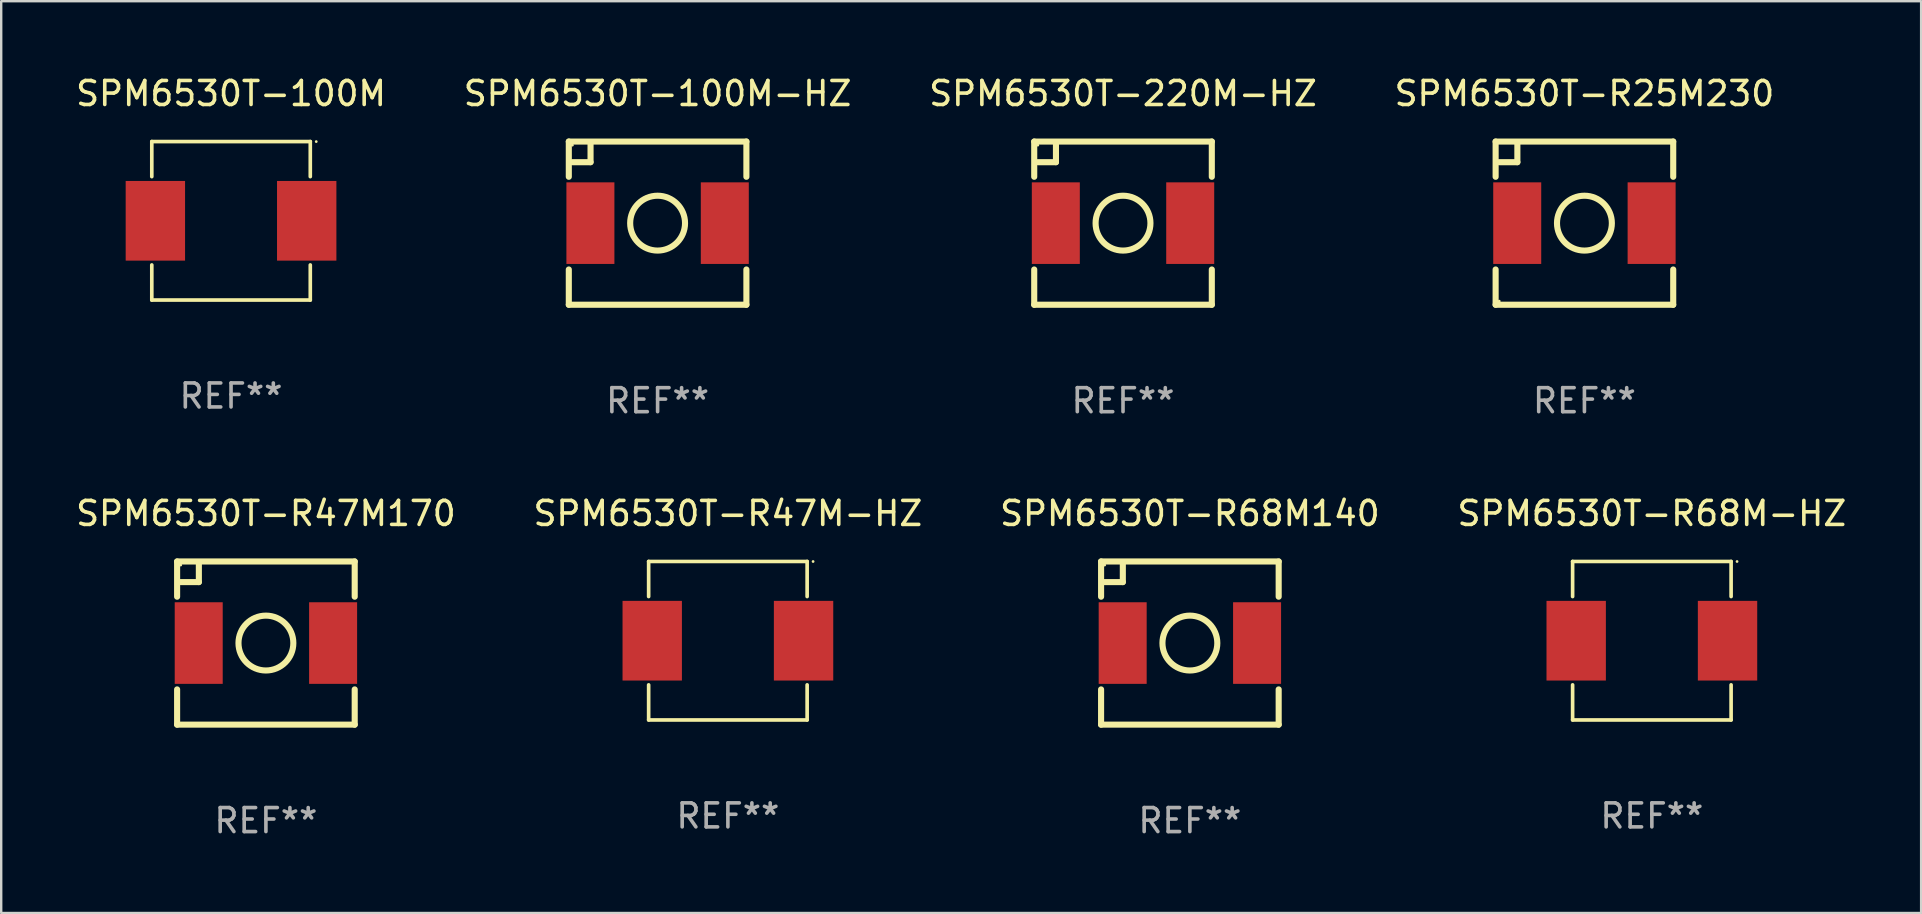
<source format=kicad_pcb>
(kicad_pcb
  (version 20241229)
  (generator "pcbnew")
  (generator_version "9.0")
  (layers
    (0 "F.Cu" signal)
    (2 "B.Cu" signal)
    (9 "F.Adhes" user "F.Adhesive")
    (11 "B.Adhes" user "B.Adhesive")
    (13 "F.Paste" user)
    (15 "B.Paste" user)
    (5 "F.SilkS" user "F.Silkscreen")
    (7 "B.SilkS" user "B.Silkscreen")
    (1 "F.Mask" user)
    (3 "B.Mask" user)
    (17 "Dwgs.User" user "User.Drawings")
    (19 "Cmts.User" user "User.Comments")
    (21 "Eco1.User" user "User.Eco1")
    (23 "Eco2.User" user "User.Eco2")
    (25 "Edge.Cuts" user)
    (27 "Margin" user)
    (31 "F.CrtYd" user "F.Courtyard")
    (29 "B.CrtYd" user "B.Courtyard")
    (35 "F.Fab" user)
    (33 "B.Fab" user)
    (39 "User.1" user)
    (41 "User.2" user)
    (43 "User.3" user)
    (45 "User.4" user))
  (footprint "SPM6530T-220M-HZ"
    (layer "F.Cu")
    (at 43.744 6.248)
    (property "Reference" "SPM6530T-220M-HZ" (at 0 -5.4 0) (layer "F.SilkS") (effects (font (size 1 1) (thickness 0.15))))
    (attr through_hole)
    (fp_line (start -3.7 -3.4) (end 3.7 -3.4) (stroke (width 0.254) (type solid)) (layer "F.SilkS"))
    (fp_line (start -3.7 -1.931) (end -3.7 -3.4) (stroke (width 0.254) (type solid)) (layer "F.SilkS"))
    (fp_line (start -3.7 3.4) (end -3.7 1.931) (stroke (width 0.254) (type solid)) (layer "F.SilkS"))
    (fp_line (start -2.794 -3.302) (end -2.794 -2.54) (stroke (width 0.254) (type solid)) (layer "F.SilkS"))
    (fp_line (start -2.794 -2.54) (end -3.556 -2.54) (stroke (width 0.254) (type solid)) (layer "F.SilkS"))
    (fp_line (start 3.7 -3.4) (end 3.7 -1.931) (stroke (width 0.254) (type solid)) (layer "F.SilkS"))
    (fp_line (start 3.7 1.931) (end 3.7 3.4) (stroke (width 0.254) (type solid)) (layer "F.SilkS"))
    (fp_line (start 3.7 3.4) (end -3.7 3.4) (stroke (width 0.254) (type solid)) (layer "F.SilkS"))
    (fp_circle (center -3.55 -3.25) (end -3.52 -3.25) (stroke (width 0.06) (type solid)) (fill no) (layer "F.SilkS"))
    (fp_circle (center 0 0) (end 1.143 0) (stroke (width 0.254) (type solid)) (fill no) (layer "F.SilkS"))
    (fp_text user "REF**" (at 0 7.4 0) (layer "F.Fab") (effects (font (size 1 1) (thickness 0.15))))
    (pad "1" smd rect (at -2.8 0) (size 2 3.4) (layers "F.Cu" "F.Mask" "F.Paste"))
    (pad "2" smd rect (at 2.8 0) (size 2 3.4) (layers "F.Cu" "F.Mask" "F.Paste")))
  (footprint "SPM6530T-100M"
    (layer "F.Cu")
    (at 6.577 6.15)
    (property "Reference" "SPM6530T-100M" (at 0 -5.302 0) (layer "F.SilkS") (effects (font (size 1 1) (thickness 0.15))))
    (attr through_hole)
    (fp_line (start -3.302 -3.302) (end -3.302 -1.84) (stroke (width 0.152) (type solid)) (layer "F.SilkS"))
    (fp_line (start -3.302 1.84) (end -3.302 3.302) (stroke (width 0.152) (type solid)) (layer "F.SilkS"))
    (fp_line (start -3.302 3.302) (end 3.302 3.302) (stroke (width 0.152) (type solid)) (layer "F.SilkS"))
    (fp_line (start 3.302 -3.302) (end -3.302 -3.302) (stroke (width 0.152) (type solid)) (layer "F.SilkS"))
    (fp_line (start 3.302 -1.84) (end 3.302 -3.302) (stroke (width 0.152) (type solid)) (layer "F.SilkS"))
    (fp_line (start 3.302 3.302) (end 3.302 1.84) (stroke (width 0.152) (type solid)) (layer "F.SilkS"))
    (fp_circle (center 3.55 -3.3) (end 3.58 -3.3) (stroke (width 0.06) (type solid)) (fill no) (layer "F.SilkS"))
    (fp_text user "REF**" (at 0 7.302 0) (layer "F.Fab") (effects (font (size 1 1) (thickness 0.15))))
    (pad "1" smd rect (at 3.153 0) (size 2.474 3.32) (layers "F.Cu" "F.Mask" "F.Paste"))
    (pad "2" smd rect (at -3.153 0) (size 2.474 3.32) (layers "F.Cu" "F.Mask" "F.Paste")))
  (footprint "SPM6530T-100M-HZ"
    (layer "F.Cu")
    (at 24.351 6.248)
    (property "Reference" "SPM6530T-100M-HZ" (at 0 -5.4 0) (layer "F.SilkS") (effects (font (size 1 1) (thickness 0.15))))
    (attr through_hole)
    (fp_line (start -3.7 -3.4) (end 3.7 -3.4) (stroke (width 0.254) (type solid)) (layer "F.SilkS"))
    (fp_line (start -3.7 -1.931) (end -3.7 -3.4) (stroke (width 0.254) (type solid)) (layer "F.SilkS"))
    (fp_line (start -3.7 3.4) (end -3.7 1.931) (stroke (width 0.254) (type solid)) (layer "F.SilkS"))
    (fp_line (start -2.794 -3.302) (end -2.794 -2.54) (stroke (width 0.254) (type solid)) (layer "F.SilkS"))
    (fp_line (start -2.794 -2.54) (end -3.556 -2.54) (stroke (width 0.254) (type solid)) (layer "F.SilkS"))
    (fp_line (start 3.7 -3.4) (end 3.7 -1.931) (stroke (width 0.254) (type solid)) (layer "F.SilkS"))
    (fp_line (start 3.7 1.931) (end 3.7 3.4) (stroke (width 0.254) (type solid)) (layer "F.SilkS"))
    (fp_line (start 3.7 3.4) (end -3.7 3.4) (stroke (width 0.254) (type solid)) (layer "F.SilkS"))
    (fp_circle (center -3.55 -3.25) (end -3.52 -3.25) (stroke (width 0.06) (type solid)) (fill no) (layer "F.SilkS"))
    (fp_circle (center 0 0) (end 1.143 0) (stroke (width 0.254) (type solid)) (fill no) (layer "F.SilkS"))
    (fp_text user "REF**" (at 0 7.4 0) (layer "F.Fab") (effects (font (size 1 1) (thickness 0.15))))
    (pad "1" smd rect (at -2.8 0) (size 2 3.4) (layers "F.Cu" "F.Mask" "F.Paste"))
    (pad "2" smd rect (at 2.8 0) (size 2 3.4) (layers "F.Cu" "F.Mask" "F.Paste")))
  (footprint "SPM6530T-R68M140"
    (layer "F.Cu")
    (at 46.53 23.745)
    (property "Reference" "SPM6530T-R68M140" (at 0 -5.4 0) (layer "F.SilkS") (effects (font (size 1 1) (thickness 0.15))))
    (attr through_hole)
    (fp_line (start -3.7 -3.4) (end 3.7 -3.4) (stroke (width 0.254) (type solid)) (layer "F.SilkS"))
    (fp_line (start -3.7 -1.931) (end -3.7 -3.4) (stroke (width 0.254) (type solid)) (layer "F.SilkS"))
    (fp_line (start -3.7 3.4) (end -3.7 1.931) (stroke (width 0.254) (type solid)) (layer "F.SilkS"))
    (fp_line (start -2.794 -3.302) (end -2.794 -2.54) (stroke (width 0.254) (type solid)) (layer "F.SilkS"))
    (fp_line (start -2.794 -2.54) (end -3.556 -2.54) (stroke (width 0.254) (type solid)) (layer "F.SilkS"))
    (fp_line (start 3.7 -3.4) (end 3.7 -1.931) (stroke (width 0.254) (type solid)) (layer "F.SilkS"))
    (fp_line (start 3.7 1.931) (end 3.7 3.4) (stroke (width 0.254) (type solid)) (layer "F.SilkS"))
    (fp_line (start 3.7 3.4) (end -3.7 3.4) (stroke (width 0.254) (type solid)) (layer "F.SilkS"))
    (fp_circle (center -3.55 -3.25) (end -3.52 -3.25) (stroke (width 0.06) (type solid)) (fill no) (layer "F.SilkS"))
    (fp_circle (center 0 0) (end 1.143 0) (stroke (width 0.254) (type solid)) (fill no) (layer "F.SilkS"))
    (fp_text user "REF**" (at 0 7.4 0) (layer "F.Fab") (effects (font (size 1 1) (thickness 0.15))))
    (pad "1" smd rect (at -2.8 0) (size 2 3.4) (layers "F.Cu" "F.Mask" "F.Paste"))
    (pad "2" smd rect (at 2.8 0) (size 2 3.4) (layers "F.Cu" "F.Mask" "F.Paste")))
  (footprint "SPM6530T-R68M-HZ"
    (layer "F.Cu")
    (at 65.78 23.647)
    (property "Reference" "SPM6530T-R68M-HZ" (at 0 -5.302 0) (layer "F.SilkS") (effects (font (size 1 1) (thickness 0.15))))
    (attr through_hole)
    (fp_line (start -3.302 -3.302) (end -3.302 -1.84) (stroke (width 0.152) (type solid)) (layer "F.SilkS"))
    (fp_line (start -3.302 1.84) (end -3.302 3.302) (stroke (width 0.152) (type solid)) (layer "F.SilkS"))
    (fp_line (start -3.302 3.302) (end 3.302 3.302) (stroke (width 0.152) (type solid)) (layer "F.SilkS"))
    (fp_line (start 3.302 -3.302) (end -3.302 -3.302) (stroke (width 0.152) (type solid)) (layer "F.SilkS"))
    (fp_line (start 3.302 -1.84) (end 3.302 -3.302) (stroke (width 0.152) (type solid)) (layer "F.SilkS"))
    (fp_line (start 3.302 3.302) (end 3.302 1.84) (stroke (width 0.152) (type solid)) (layer "F.SilkS"))
    (fp_circle (center 3.55 -3.3) (end 3.58 -3.3) (stroke (width 0.06) (type solid)) (fill no) (layer "F.SilkS"))
    (fp_text user "REF**" (at 0 7.302 0) (layer "F.Fab") (effects (font (size 1 1) (thickness 0.15))))
    (pad "1" smd rect (at 3.153 0) (size 2.474 3.32) (layers "F.Cu" "F.Mask" "F.Paste"))
    (pad "2" smd rect (at -3.153 0) (size 2.474 3.32) (layers "F.Cu" "F.Mask" "F.Paste")))
  (footprint "SPM6530T-R47M-HZ"
    (layer "F.Cu")
    (at 27.28 23.647)
    (property "Reference" "SPM6530T-R47M-HZ" (at 0 -5.302 0) (layer "F.SilkS") (effects (font (size 1 1) (thickness 0.15))))
    (attr through_hole)
    (fp_line (start -3.302 -3.302) (end -3.302 -1.84) (stroke (width 0.152) (type solid)) (layer "F.SilkS"))
    (fp_line (start -3.302 1.84) (end -3.302 3.302) (stroke (width 0.152) (type solid)) (layer "F.SilkS"))
    (fp_line (start -3.302 3.302) (end 3.302 3.302) (stroke (width 0.152) (type solid)) (layer "F.SilkS"))
    (fp_line (start 3.302 -3.302) (end -3.302 -3.302) (stroke (width 0.152) (type solid)) (layer "F.SilkS"))
    (fp_line (start 3.302 -1.84) (end 3.302 -3.302) (stroke (width 0.152) (type solid)) (layer "F.SilkS"))
    (fp_line (start 3.302 3.302) (end 3.302 1.84) (stroke (width 0.152) (type solid)) (layer "F.SilkS"))
    (fp_circle (center 3.55 -3.3) (end 3.58 -3.3) (stroke (width 0.06) (type solid)) (fill no) (layer "F.SilkS"))
    (fp_text user "REF**" (at 0 7.302 0) (layer "F.Fab") (effects (font (size 1 1) (thickness 0.15))))
    (pad "1" smd rect (at 3.153 0) (size 2.474 3.32) (layers "F.Cu" "F.Mask" "F.Paste"))
    (pad "2" smd rect (at -3.153 0) (size 2.474 3.32) (layers "F.Cu" "F.Mask" "F.Paste")))
  (footprint "SPM6530T-R47M170"
    (layer "F.Cu")
    (at 8.03 23.745)
    (property "Reference" "SPM6530T-R47M170" (at 0 -5.4 0) (layer "F.SilkS") (effects (font (size 1 1) (thickness 0.15))))
    (attr through_hole)
    (fp_line (start -3.7 -3.4) (end 3.7 -3.4) (stroke (width 0.254) (type solid)) (layer "F.SilkS"))
    (fp_line (start -3.7 -1.931) (end -3.7 -3.4) (stroke (width 0.254) (type solid)) (layer "F.SilkS"))
    (fp_line (start -3.7 3.4) (end -3.7 1.931) (stroke (width 0.254) (type solid)) (layer "F.SilkS"))
    (fp_line (start -2.794 -3.302) (end -2.794 -2.54) (stroke (width 0.254) (type solid)) (layer "F.SilkS"))
    (fp_line (start -2.794 -2.54) (end -3.556 -2.54) (stroke (width 0.254) (type solid)) (layer "F.SilkS"))
    (fp_line (start 3.7 -3.4) (end 3.7 -1.931) (stroke (width 0.254) (type solid)) (layer "F.SilkS"))
    (fp_line (start 3.7 1.931) (end 3.7 3.4) (stroke (width 0.254) (type solid)) (layer "F.SilkS"))
    (fp_line (start 3.7 3.4) (end -3.7 3.4) (stroke (width 0.254) (type solid)) (layer "F.SilkS"))
    (fp_circle (center -3.55 -3.25) (end -3.52 -3.25) (stroke (width 0.06) (type solid)) (fill no) (layer "F.SilkS"))
    (fp_circle (center 0 0) (end 1.143 0) (stroke (width 0.254) (type solid)) (fill no) (layer "F.SilkS"))
    (fp_text user "REF**" (at 0 7.4 0) (layer "F.Fab") (effects (font (size 1 1) (thickness 0.15))))
    (pad "1" smd rect (at -2.8 0) (size 2 3.4) (layers "F.Cu" "F.Mask" "F.Paste"))
    (pad "2" smd rect (at 2.8 0) (size 2 3.4) (layers "F.Cu" "F.Mask" "F.Paste")))
  (footprint "SPM6530T-R25M230"
    (layer "F.Cu")
    (at 62.97 6.248)
    (property "Reference" "SPM6530T-R25M230" (at 0 -5.4 0) (layer "F.SilkS") (effects (font (size 1 1) (thickness 0.15))))
    (attr through_hole)
    (fp_line (start -3.7 -3.4) (end -3.7 -1.931) (stroke (width 0.254) (type solid)) (layer "F.SilkS"))
    (fp_line (start -3.7 -3.4) (end 3.7 -3.4) (stroke (width 0.254) (type solid)) (layer "F.SilkS"))
    (fp_line (start -3.7 1.931) (end -3.7 3.4) (stroke (width 0.254) (type solid)) (layer "F.SilkS"))
    (fp_line (start -2.794 -3.302) (end -2.794 -2.54) (stroke (width 0.254) (type solid)) (layer "F.SilkS"))
    (fp_line (start -2.794 -2.54) (end -3.556 -2.54) (stroke (width 0.254) (type solid)) (layer "F.SilkS"))
    (fp_line (start 3.7 -3.4) (end 3.7 -1.931) (stroke (width 0.254) (type solid)) (layer "F.SilkS"))
    (fp_line (start 3.7 1.931) (end 3.7 3.4) (stroke (width 0.254) (type solid)) (layer "F.SilkS"))
    (fp_line (start 3.7 3.4) (end -3.7 3.4) (stroke (width 0.254) (type solid)) (layer "F.SilkS"))
    (fp_circle (center -3.55 3.25) (end -3.52 3.25) (stroke (width 0.06) (type solid)) (fill no) (layer "F.SilkS"))
    (fp_circle (center 0 0) (end 1.143 0) (stroke (width 0.254) (type solid)) (fill no) (layer "F.SilkS"))
    (fp_text user "REF**" (at 0 7.4 0) (layer "F.Fab") (effects (font (size 1 1) (thickness 0.15))))
    (pad "1" smd rect (at -2.8 0) (size 2 3.4) (layers "F.Cu" "F.Mask" "F.Paste"))
    (pad "2" smd rect (at 2.8 0) (size 2 3.4) (layers "F.Cu" "F.Mask" "F.Paste")))
  (gr_rect
    (start -3 -3)
    (end 77 34.993)
    (stroke (width 0.1) (type default))
    (fill no)
    (layer "Edge.Cuts")))
</source>
